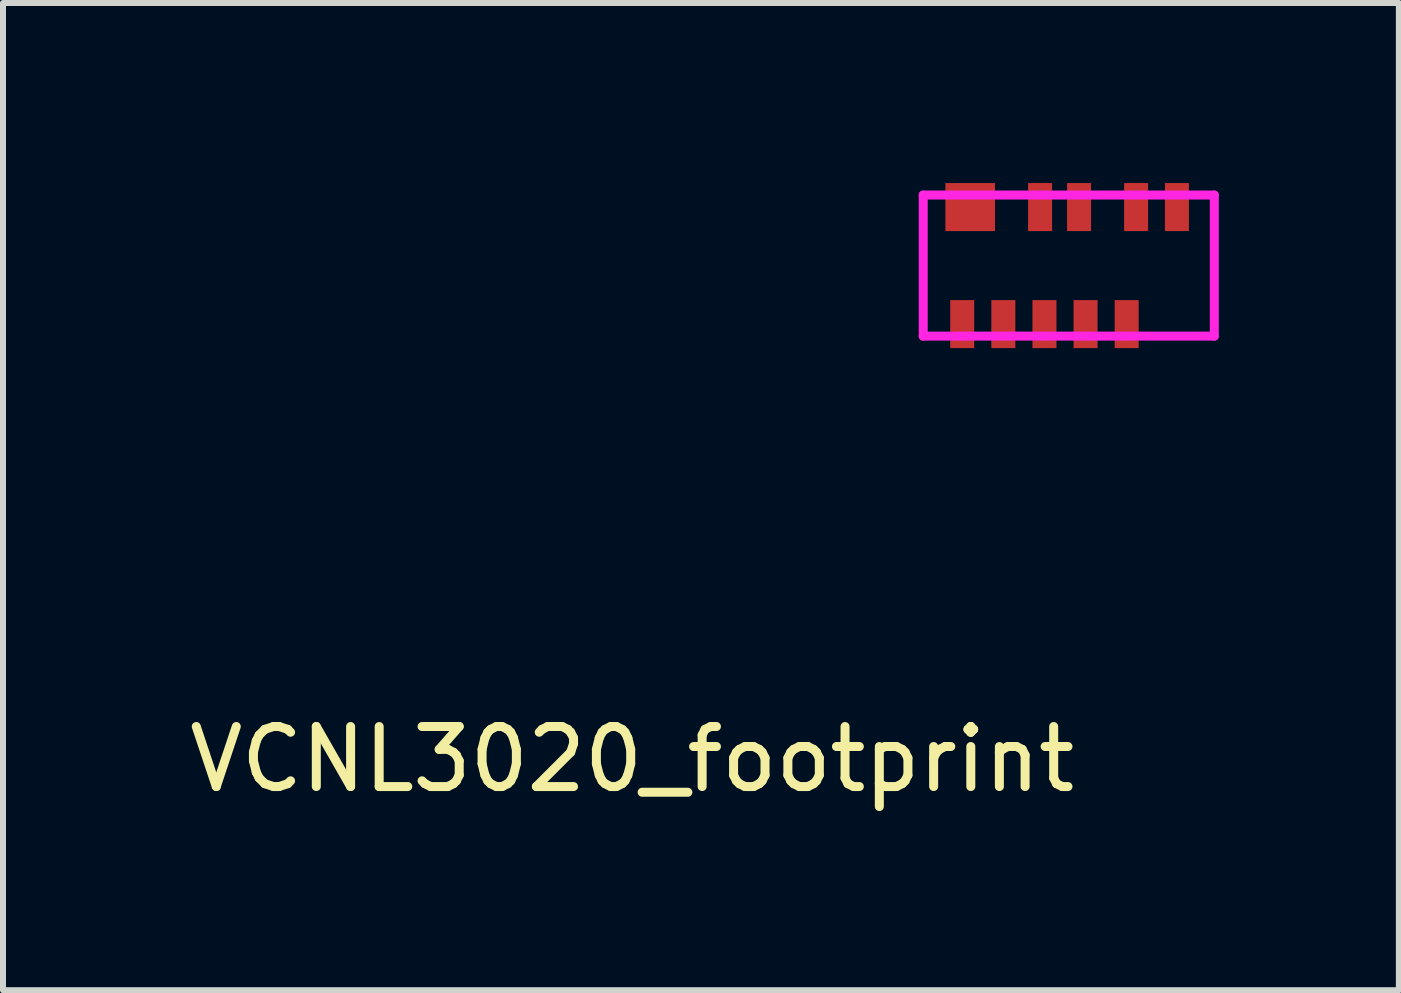
<source format=kicad_pcb>
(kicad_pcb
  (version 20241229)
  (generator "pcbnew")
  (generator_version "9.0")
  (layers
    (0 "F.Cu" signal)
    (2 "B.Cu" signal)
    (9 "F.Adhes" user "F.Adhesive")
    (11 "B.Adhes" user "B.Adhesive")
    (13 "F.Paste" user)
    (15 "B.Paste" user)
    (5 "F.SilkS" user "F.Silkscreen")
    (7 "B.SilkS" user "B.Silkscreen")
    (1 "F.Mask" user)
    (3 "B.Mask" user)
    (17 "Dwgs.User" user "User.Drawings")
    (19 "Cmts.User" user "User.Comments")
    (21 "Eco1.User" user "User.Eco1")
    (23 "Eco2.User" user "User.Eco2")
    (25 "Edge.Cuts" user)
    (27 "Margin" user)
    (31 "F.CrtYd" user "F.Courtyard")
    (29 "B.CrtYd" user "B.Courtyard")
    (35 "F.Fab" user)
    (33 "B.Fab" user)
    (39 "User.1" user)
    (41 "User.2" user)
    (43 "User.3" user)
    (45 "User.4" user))
  (footprint "VCNL3020_footprint"
    (layer "F.Cu")
    (at 12.332 2.55)
    (property "Reference" "VCNL3020_footprint" (at -4.85 7.05 0) (layer "F.SilkS") (effects (font (size 1 1) (thickness 0.15))))
    (attr through_hole)
    (fp_line (start 0 -2.35) (end 4.85 -2.35) (stroke (width 0.15) (type solid)) (layer "F.CrtYd"))
    (fp_line (start 0 0) (end 0 -2.35) (stroke (width 0.15) (type solid)) (layer "F.CrtYd"))
    (fp_line (start 4.85 -2.35) (end 4.85 0) (stroke (width 0.15) (type solid)) (layer "F.CrtYd"))
    (fp_line (start 4.85 0) (end 0 0) (stroke (width 0.15) (type solid)) (layer "F.CrtYd"))
    (pad "1" smd rect (at 0.65 -0.2) (size 0.4 0.8) (layers "F.Cu" "F.Mask" "F.Paste"))
    (pad "2" smd rect (at 1.335 -0.2) (size 0.4 0.8) (layers "F.Cu" "F.Mask" "F.Paste"))
    (pad "3" smd rect (at 2.02 -0.2) (size 0.4 0.8) (layers "F.Cu" "F.Mask" "F.Paste"))
    (pad "4" smd rect (at 2.705 -0.2) (size 0.4 0.8) (layers "F.Cu" "F.Mask" "F.Paste"))
    (pad "5" smd rect (at 3.39 -0.2) (size 0.4 0.8) (layers "F.Cu" "F.Mask" "F.Paste"))
    (pad "6" smd rect (at 4.227 -2.15) (size 0.4 0.8) (layers "F.Cu" "F.Mask" "F.Paste"))
    (pad "7" smd rect (at 3.547 -2.15) (size 0.4 0.8) (layers "F.Cu" "F.Mask" "F.Paste"))
    (pad "8" smd rect (at 2.597 -2.15) (size 0.4 0.8) (layers "F.Cu" "F.Mask" "F.Paste"))
    (pad "9" smd rect (at 1.947 -2.15) (size 0.4 0.8) (layers "F.Cu" "F.Mask" "F.Paste"))
    (pad "10" smd rect (at 0.783 -2.15) (size 0.827 0.8) (layers "F.Cu" "F.Mask" "F.Paste")))
  (gr_rect
    (start -3 -3)
    (end 20.257 13.448)
    (stroke (width 0.1) (type default))
    (fill no)
    (layer "Edge.Cuts")))
</source>
